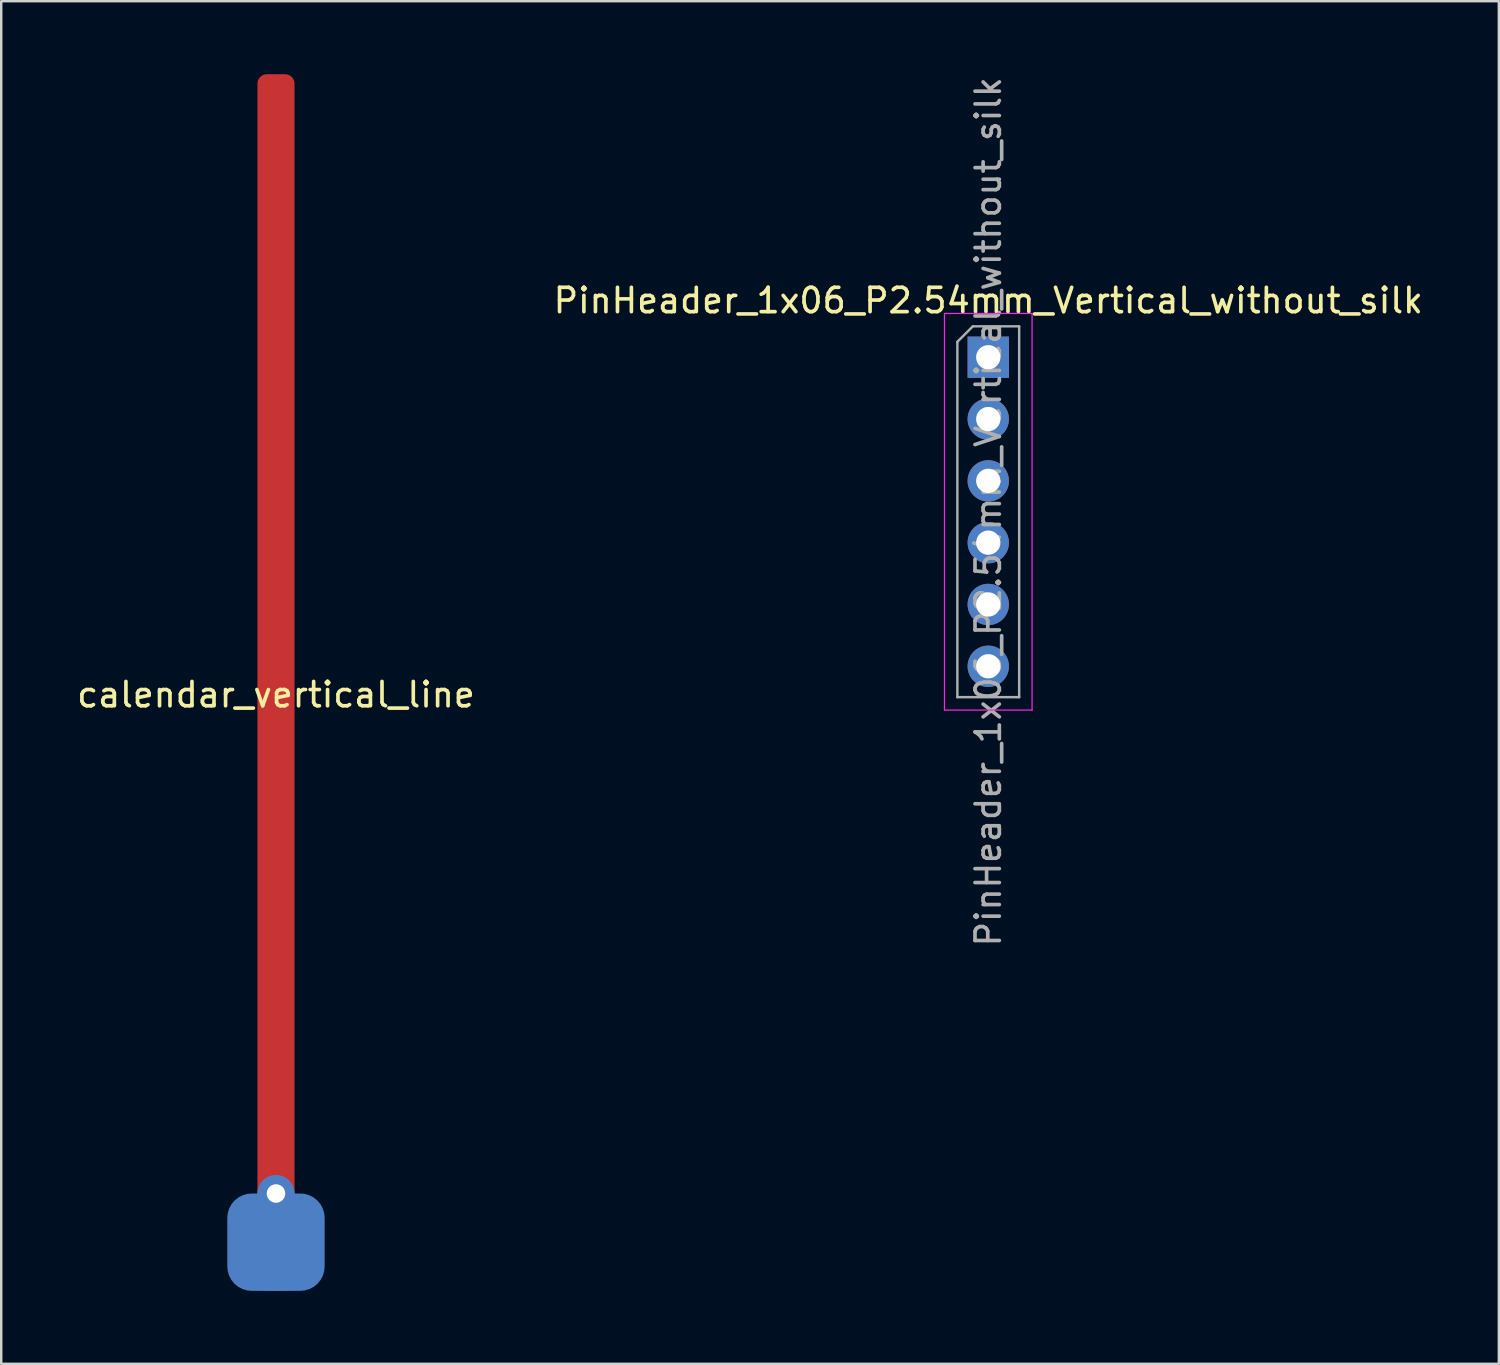
<source format=kicad_pcb>
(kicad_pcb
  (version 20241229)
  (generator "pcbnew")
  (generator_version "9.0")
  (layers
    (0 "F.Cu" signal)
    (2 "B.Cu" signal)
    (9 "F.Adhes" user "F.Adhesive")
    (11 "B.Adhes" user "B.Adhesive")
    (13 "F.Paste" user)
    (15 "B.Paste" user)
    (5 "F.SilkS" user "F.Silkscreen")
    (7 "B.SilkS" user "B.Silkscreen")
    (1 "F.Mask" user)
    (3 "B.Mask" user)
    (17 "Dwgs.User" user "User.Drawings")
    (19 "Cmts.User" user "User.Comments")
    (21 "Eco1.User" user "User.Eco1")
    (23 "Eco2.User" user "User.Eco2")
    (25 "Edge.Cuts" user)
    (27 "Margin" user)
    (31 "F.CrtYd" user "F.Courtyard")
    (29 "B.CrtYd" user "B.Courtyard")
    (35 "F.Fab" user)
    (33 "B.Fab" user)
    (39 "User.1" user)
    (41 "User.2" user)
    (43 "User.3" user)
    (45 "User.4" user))
  (footprint "PinHeader_1x06_P2.54mm_Vertical_without_silk"
    (layer "F.Cu")
    (at 37.565 11.632)
    (property "Reference" "PinHeader_1x06_P2.54mm_Vertical_without_silk" (at 0 -2.33 0) (layer "F.SilkS") (effects (font (size 1 1) (thickness 0.15))))
    (attr through_hole)
    (fp_line (start -1.8 -1.8) (end -1.8 14.5) (stroke (width 0.05) (type solid)) (layer "F.CrtYd"))
    (fp_line (start -1.8 14.5) (end 1.8 14.5) (stroke (width 0.05) (type solid)) (layer "F.CrtYd"))
    (fp_line (start 1.8 -1.8) (end -1.8 -1.8) (stroke (width 0.05) (type solid)) (layer "F.CrtYd"))
    (fp_line (start 1.8 14.5) (end 1.8 -1.8) (stroke (width 0.05) (type solid)) (layer "F.CrtYd"))
    (fp_line (start -1.27 -0.635) (end -0.635 -1.27) (stroke (width 0.1) (type solid)) (layer "F.Fab"))
    (fp_line (start -1.27 13.97) (end -1.27 -0.635) (stroke (width 0.1) (type solid)) (layer "F.Fab"))
    (fp_line (start -0.635 -1.27) (end 1.27 -1.27) (stroke (width 0.1) (type solid)) (layer "F.Fab"))
    (fp_line (start 1.27 -1.27) (end 1.27 13.97) (stroke (width 0.1) (type solid)) (layer "F.Fab"))
    (fp_line (start 1.27 13.97) (end -1.27 13.97) (stroke (width 0.1) (type solid)) (layer "F.Fab"))
    (fp_text user "${REFERENCE}" (at 0 6.35 90) (layer "F.Fab") (effects (font (size 1 1) (thickness 0.15))))
    (pad "1" thru_hole rect (at 0 0) (size 1.7 1.7) (drill 1) (layers "*.Cu" "*.Mask"))
    (pad "2" thru_hole oval (at 0 2.54) (size 1.7 1.7) (drill 1) (layers "*.Cu" "*.Mask"))
    (pad "3" thru_hole oval (at 0 5.08) (size 1.7 1.7) (drill 1) (layers "*.Cu" "*.Mask"))
    (pad "4" thru_hole oval (at 0 7.62) (size 1.7 1.7) (drill 1) (layers "*.Cu" "*.Mask"))
    (pad "5" thru_hole oval (at 0 10.16) (size 1.7 1.7) (drill 1) (layers "*.Cu" "*.Mask"))
    (pad "6" thru_hole oval (at 0 12.7) (size 1.7 1.7) (drill 1) (layers "*.Cu" "*.Mask")))
  (footprint "calendar_vertical_line"
    (layer "F.Cu")
    (at 8.292 25)
    (property "Reference" "calendar_vertical_line" (at 0 0.5 0) (layer "F.SilkS") (effects (font (size 1 1) (thickness 0.15))))
    (attr through_hole)
    (pad "1" smd roundrect (at 0 0) (size 1.524 50) (layers "F.Cu" "F.Mask" "F.Paste") (roundrect_rratio 0.25))
    (pad "1" thru_hole circle (at 0 21) (size 1.524 1.524) (drill 0.762) (layers "*.Cu" "*.Mask"))
    (pad "1" smd roundrect (at 0 23) (size 4 4) (layers "B.Cu" "B.Mask" "B.Paste") (roundrect_rratio 0.25)))
  (gr_rect
    (start -3 -3)
    (end 58.548 53)
    (stroke (width 0.1) (type default))
    (fill no)
    (layer "Edge.Cuts")))
</source>
